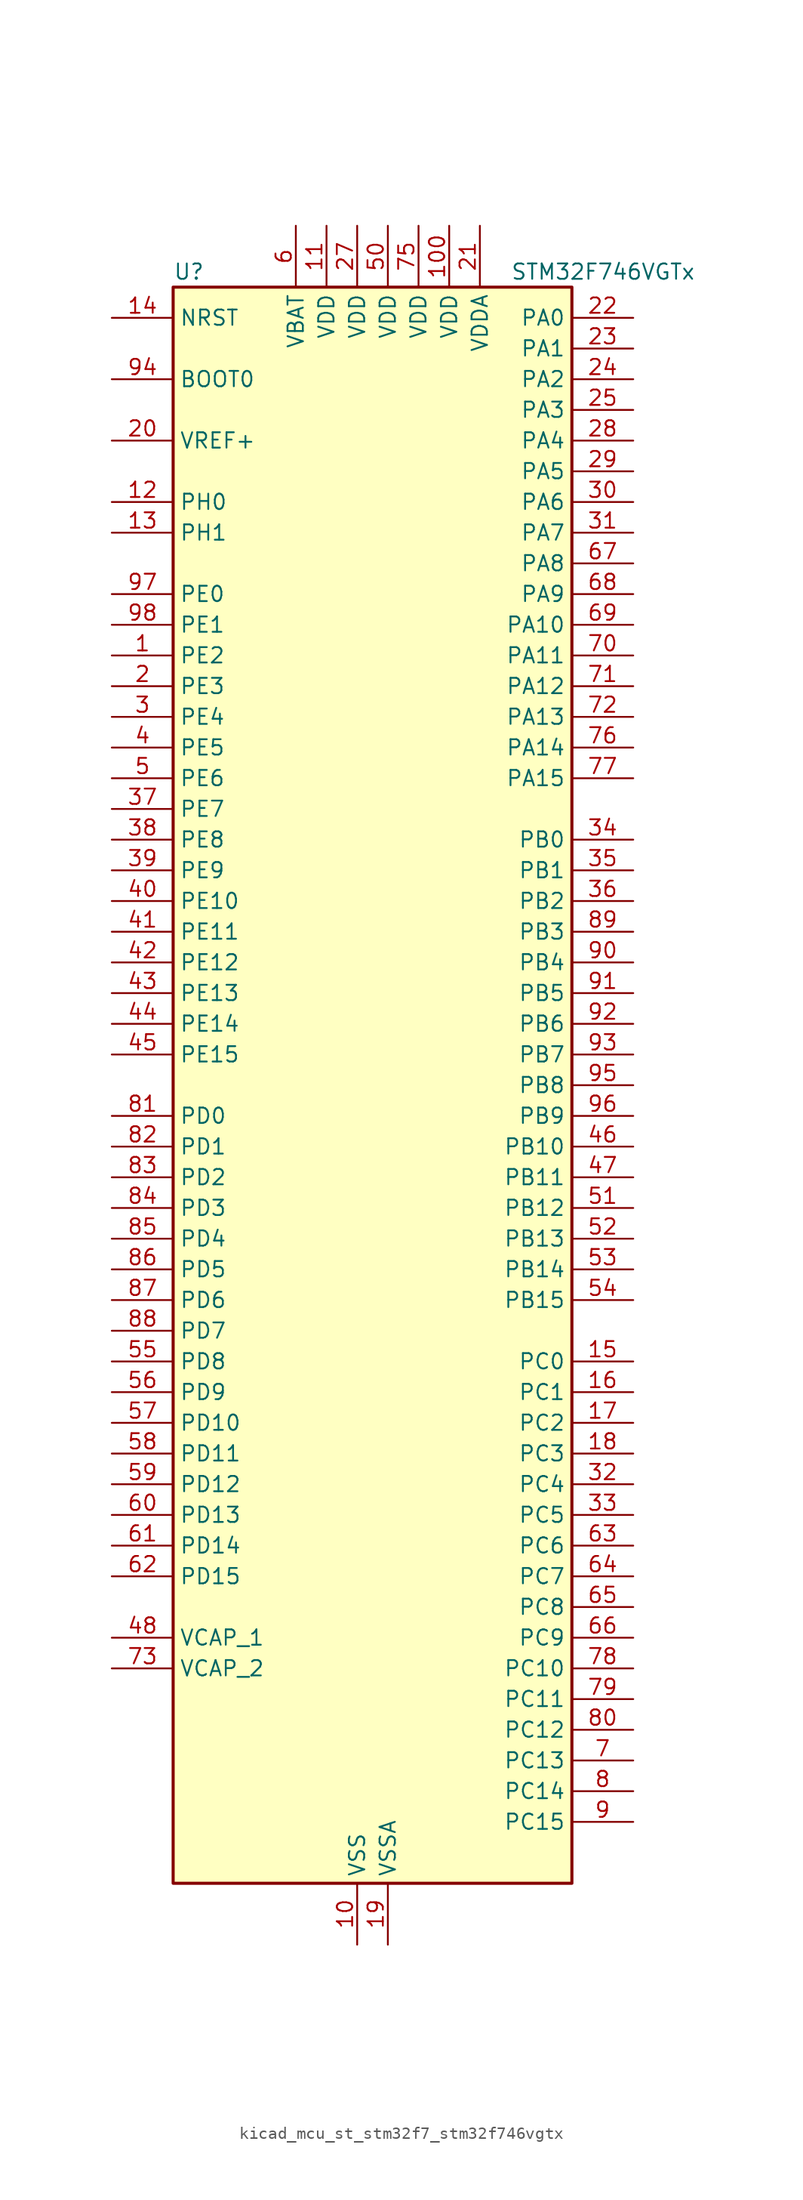
<source format=kicad_sym>
(kicad_symbol_lib
  (version 20220914)
  (generator kicad_symbol_editor)
  (symbol "kicad_mcu_st_stm32f7_stm32f746vgtx"
    (property "Reference" "U"
      (at -15.24 67.31 0)
      (effects (font (size 1.27 1.27)) (justify left)))
    (property "Value" "STM32F746VGTx"
      (at 12.7 67.31 0)
      (effects (font (size 1.27 1.27)) (justify left)))
    (property "ki_locked" ""
      (at 0 0 0)
      (effects (font (size 1.27 1.27))))
    (symbol "kicad_mcu_st_stm32f7_stm32f746vgtx_0_1"
      (rectangle (start -15.24 -66.04) (end 17.78 66.04) (stroke (width 0.254) (type default)) (fill (type background))))
    (symbol "kicad_mcu_st_stm32f7_stm32f746vgtx_1_1"
      (pin bidirectional line (at -20.32 35.56 0) (length 5.08) (name "PE2" (effects (font (size 1.27 1.27)))) (number "1" (effects (font (size 1.27 1.27)))) (alternate "ETH_TXD3" bidirectional line) (alternate "FMC_A23" bidirectional line) (alternate "QUADSPI_BK1_IO2" bidirectional line) (alternate "SAI1_MCLK_A" bidirectional line) (alternate "SPI4_SCK" bidirectional line) (alternate "SYS_TRACECLK" bidirectional line))
      (pin power_in line (at 0 -71.12 90) (length 5.08) (name "VSS" (effects (font (size 1.27 1.27)))) (number "10" (effects (font (size 1.27 1.27)))))
      (pin power_in line (at 7.62 71.12 270) (length 5.08) (name "VDD" (effects (font (size 1.27 1.27)))) (number "100" (effects (font (size 1.27 1.27)))))
      (pin power_in line (at -2.54 71.12 270) (length 5.08) (name "VDD" (effects (font (size 1.27 1.27)))) (number "11" (effects (font (size 1.27 1.27)))))
      (pin bidirectional line (at -20.32 48.26 0) (length 5.08) (name "PH0" (effects (font (size 1.27 1.27)))) (number "12" (effects (font (size 1.27 1.27)))) (alternate "RCC_OSC_IN" bidirectional line))
      (pin bidirectional line (at -20.32 45.72 0) (length 5.08) (name "PH1" (effects (font (size 1.27 1.27)))) (number "13" (effects (font (size 1.27 1.27)))) (alternate "RCC_OSC_OUT" bidirectional line))
      (pin input line (at -20.32 63.5 0) (length 5.08) (name "NRST" (effects (font (size 1.27 1.27)))) (number "14" (effects (font (size 1.27 1.27)))))
      (pin bidirectional line (at 22.86 -22.86 180) (length 5.08) (name "PC0" (effects (font (size 1.27 1.27)))) (number "15" (effects (font (size 1.27 1.27)))) (alternate "ADC1_IN10" bidirectional line) (alternate "ADC2_IN10" bidirectional line) (alternate "ADC3_IN10" bidirectional line) (alternate "FMC_SDNWE" bidirectional line) (alternate "LTDC_R5" bidirectional line) (alternate "SAI2_FS_B" bidirectional line) (alternate "USB_OTG_HS_ULPI_STP" bidirectional line))
      (pin bidirectional line (at 22.86 -25.4 180) (length 5.08) (name "PC1" (effects (font (size 1.27 1.27)))) (number "16" (effects (font (size 1.27 1.27)))) (alternate "ADC1_IN11" bidirectional line) (alternate "ADC2_IN11" bidirectional line) (alternate "ADC3_IN11" bidirectional line) (alternate "ETH_MDC" bidirectional line) (alternate "I2S2_SD" bidirectional line) (alternate "RTC_TAMP3" bidirectional line) (alternate "RTC_TS" bidirectional line) (alternate "SAI1_SD_A" bidirectional line) (alternate "SPI2_MOSI" bidirectional line) (alternate "SYS_TRACED0" bidirectional line) (alternate "SYS_WKUP3" bidirectional line))
      (pin bidirectional line (at 22.86 -27.94 180) (length 5.08) (name "PC2" (effects (font (size 1.27 1.27)))) (number "17" (effects (font (size 1.27 1.27)))) (alternate "ADC1_IN12" bidirectional line) (alternate "ADC2_IN12" bidirectional line) (alternate "ADC3_IN12" bidirectional line) (alternate "ETH_TXD2" bidirectional line) (alternate "FMC_SDNE0" bidirectional line) (alternate "SPI2_MISO" bidirectional line) (alternate "USB_OTG_HS_ULPI_DIR" bidirectional line))
      (pin bidirectional line (at 22.86 -30.48 180) (length 5.08) (name "PC3" (effects (font (size 1.27 1.27)))) (number "18" (effects (font (size 1.27 1.27)))) (alternate "ADC1_IN13" bidirectional line) (alternate "ADC2_IN13" bidirectional line) (alternate "ADC3_IN13" bidirectional line) (alternate "ETH_TX_CLK" bidirectional line) (alternate "FMC_SDCKE0" bidirectional line) (alternate "I2S2_SD" bidirectional line) (alternate "SPI2_MOSI" bidirectional line) (alternate "USB_OTG_HS_ULPI_NXT" bidirectional line))
      (pin power_in line (at 2.54 -71.12 90) (length 5.08) (name "VSSA" (effects (font (size 1.27 1.27)))) (number "19" (effects (font (size 1.27 1.27)))))
      (pin bidirectional line (at -20.32 33.02 0) (length 5.08) (name "PE3" (effects (font (size 1.27 1.27)))) (number "2" (effects (font (size 1.27 1.27)))) (alternate "FMC_A19" bidirectional line) (alternate "SAI1_SD_B" bidirectional line) (alternate "SYS_TRACED0" bidirectional line))
      (pin input line (at -20.32 53.34 0) (length 5.08) (name "VREF+" (effects (font (size 1.27 1.27)))) (number "20" (effects (font (size 1.27 1.27)))))
      (pin power_in line (at 10.16 71.12 270) (length 5.08) (name "VDDA" (effects (font (size 1.27 1.27)))) (number "21" (effects (font (size 1.27 1.27)))))
      (pin bidirectional line (at 22.86 63.5 180) (length 5.08) (name "PA0" (effects (font (size 1.27 1.27)))) (number "22" (effects (font (size 1.27 1.27)))) (alternate "ADC1_IN0" bidirectional line) (alternate "ADC2_IN0" bidirectional line) (alternate "ADC3_IN0" bidirectional line) (alternate "ETH_CRS" bidirectional line) (alternate "SAI2_SD_B" bidirectional line) (alternate "SYS_WKUP1" bidirectional line) (alternate "TIM2_CH1" bidirectional line) (alternate "TIM2_ETR" bidirectional line) (alternate "TIM5_CH1" bidirectional line) (alternate "TIM8_ETR" bidirectional line) (alternate "UART4_TX" bidirectional line) (alternate "USART2_CTS" bidirectional line))
      (pin bidirectional line (at 22.86 60.96 180) (length 5.08) (name "PA1" (effects (font (size 1.27 1.27)))) (number "23" (effects (font (size 1.27 1.27)))) (alternate "ADC1_IN1" bidirectional line) (alternate "ADC2_IN1" bidirectional line) (alternate "ADC3_IN1" bidirectional line) (alternate "ETH_REF_CLK" bidirectional line) (alternate "ETH_RX_CLK" bidirectional line) (alternate "LTDC_R2" bidirectional line) (alternate "QUADSPI_BK1_IO3" bidirectional line) (alternate "SAI2_MCLK_B" bidirectional line) (alternate "TIM2_CH2" bidirectional line) (alternate "TIM5_CH2" bidirectional line) (alternate "UART4_RX" bidirectional line) (alternate "USART2_DE" bidirectional line) (alternate "USART2_RTS" bidirectional line))
      (pin bidirectional line (at 22.86 58.42 180) (length 5.08) (name "PA2" (effects (font (size 1.27 1.27)))) (number "24" (effects (font (size 1.27 1.27)))) (alternate "ADC1_IN2" bidirectional line) (alternate "ADC2_IN2" bidirectional line) (alternate "ADC3_IN2" bidirectional line) (alternate "ETH_MDIO" bidirectional line) (alternate "LTDC_R1" bidirectional line) (alternate "SAI2_SCK_B" bidirectional line) (alternate "SYS_WKUP2" bidirectional line) (alternate "TIM2_CH3" bidirectional line) (alternate "TIM5_CH3" bidirectional line) (alternate "TIM9_CH1" bidirectional line) (alternate "USART2_TX" bidirectional line))
      (pin bidirectional line (at 22.86 55.88 180) (length 5.08) (name "PA3" (effects (font (size 1.27 1.27)))) (number "25" (effects (font (size 1.27 1.27)))) (alternate "ADC1_IN3" bidirectional line) (alternate "ADC2_IN3" bidirectional line) (alternate "ADC3_IN3" bidirectional line) (alternate "ETH_COL" bidirectional line) (alternate "LTDC_B5" bidirectional line) (alternate "TIM2_CH4" bidirectional line) (alternate "TIM5_CH4" bidirectional line) (alternate "TIM9_CH2" bidirectional line) (alternate "USART2_RX" bidirectional line) (alternate "USB_OTG_HS_ULPI_D0" bidirectional line))
      (pin passive line (at 0 -71.12 90) (length 5.08) hide (name "VSS" (effects (font (size 1.27 1.27)))) (number "26" (effects (font (size 1.27 1.27)))))
      (pin power_in line (at 0 71.12 270) (length 5.08) (name "VDD" (effects (font (size 1.27 1.27)))) (number "27" (effects (font (size 1.27 1.27)))))
      (pin bidirectional line (at 22.86 53.34 180) (length 5.08) (name "PA4" (effects (font (size 1.27 1.27)))) (number "28" (effects (font (size 1.27 1.27)))) (alternate "ADC1_IN4" bidirectional line) (alternate "ADC2_IN4" bidirectional line) (alternate "DAC_OUT1" bidirectional line) (alternate "DCMI_HSYNC" bidirectional line) (alternate "I2S1_WS" bidirectional line) (alternate "I2S3_WS" bidirectional line) (alternate "LTDC_VSYNC" bidirectional line) (alternate "SPI1_NSS" bidirectional line) (alternate "SPI3_NSS" bidirectional line) (alternate "USART2_CK" bidirectional line) (alternate "USB_OTG_HS_SOF" bidirectional line))
      (pin bidirectional line (at 22.86 50.8 180) (length 5.08) (name "PA5" (effects (font (size 1.27 1.27)))) (number "29" (effects (font (size 1.27 1.27)))) (alternate "ADC1_IN5" bidirectional line) (alternate "ADC2_IN5" bidirectional line) (alternate "DAC_OUT2" bidirectional line) (alternate "I2S1_CK" bidirectional line) (alternate "LTDC_R4" bidirectional line) (alternate "SPI1_SCK" bidirectional line) (alternate "TIM2_CH1" bidirectional line) (alternate "TIM2_ETR" bidirectional line) (alternate "TIM8_CH1N" bidirectional line) (alternate "USB_OTG_HS_ULPI_CK" bidirectional line))
      (pin bidirectional line (at -20.32 30.48 0) (length 5.08) (name "PE4" (effects (font (size 1.27 1.27)))) (number "3" (effects (font (size 1.27 1.27)))) (alternate "DCMI_D4" bidirectional line) (alternate "FMC_A20" bidirectional line) (alternate "LTDC_B0" bidirectional line) (alternate "SAI1_FS_A" bidirectional line) (alternate "SPI4_NSS" bidirectional line) (alternate "SYS_TRACED1" bidirectional line))
      (pin bidirectional line (at 22.86 48.26 180) (length 5.08) (name "PA6" (effects (font (size 1.27 1.27)))) (number "30" (effects (font (size 1.27 1.27)))) (alternate "ADC1_IN6" bidirectional line) (alternate "ADC2_IN6" bidirectional line) (alternate "DCMI_PIXCLK" bidirectional line) (alternate "LTDC_G2" bidirectional line) (alternate "SPI1_MISO" bidirectional line) (alternate "TIM13_CH1" bidirectional line) (alternate "TIM1_BKIN" bidirectional line) (alternate "TIM3_CH1" bidirectional line) (alternate "TIM8_BKIN" bidirectional line))
      (pin bidirectional line (at 22.86 45.72 180) (length 5.08) (name "PA7" (effects (font (size 1.27 1.27)))) (number "31" (effects (font (size 1.27 1.27)))) (alternate "ADC1_IN7" bidirectional line) (alternate "ADC2_IN7" bidirectional line) (alternate "ETH_CRS_DV" bidirectional line) (alternate "ETH_RX_DV" bidirectional line) (alternate "FMC_SDNWE" bidirectional line) (alternate "I2S1_SD" bidirectional line) (alternate "SPI1_MOSI" bidirectional line) (alternate "TIM14_CH1" bidirectional line) (alternate "TIM1_CH1N" bidirectional line) (alternate "TIM3_CH2" bidirectional line) (alternate "TIM8_CH1N" bidirectional line))
      (pin bidirectional line (at 22.86 -33.02 180) (length 5.08) (name "PC4" (effects (font (size 1.27 1.27)))) (number "32" (effects (font (size 1.27 1.27)))) (alternate "ADC1_IN14" bidirectional line) (alternate "ADC2_IN14" bidirectional line) (alternate "ETH_RXD0" bidirectional line) (alternate "FMC_SDNE0" bidirectional line) (alternate "I2S1_MCK" bidirectional line) (alternate "SPDIFRX_IN2" bidirectional line))
      (pin bidirectional line (at 22.86 -35.56 180) (length 5.08) (name "PC5" (effects (font (size 1.27 1.27)))) (number "33" (effects (font (size 1.27 1.27)))) (alternate "ADC1_IN15" bidirectional line) (alternate "ADC2_IN15" bidirectional line) (alternate "ETH_RXD1" bidirectional line) (alternate "FMC_SDCKE0" bidirectional line) (alternate "SPDIFRX_IN3" bidirectional line))
      (pin bidirectional line (at 22.86 20.32 180) (length 5.08) (name "PB0" (effects (font (size 1.27 1.27)))) (number "34" (effects (font (size 1.27 1.27)))) (alternate "ADC1_IN8" bidirectional line) (alternate "ADC2_IN8" bidirectional line) (alternate "ETH_RXD2" bidirectional line) (alternate "LTDC_R3" bidirectional line) (alternate "TIM1_CH2N" bidirectional line) (alternate "TIM3_CH3" bidirectional line) (alternate "TIM8_CH2N" bidirectional line) (alternate "UART4_CTS" bidirectional line) (alternate "USB_OTG_HS_ULPI_D1" bidirectional line))
      (pin bidirectional line (at 22.86 17.78 180) (length 5.08) (name "PB1" (effects (font (size 1.27 1.27)))) (number "35" (effects (font (size 1.27 1.27)))) (alternate "ADC1_IN9" bidirectional line) (alternate "ADC2_IN9" bidirectional line) (alternate "ETH_RXD3" bidirectional line) (alternate "LTDC_R6" bidirectional line) (alternate "TIM1_CH3N" bidirectional line) (alternate "TIM3_CH4" bidirectional line) (alternate "TIM8_CH3N" bidirectional line) (alternate "USB_OTG_HS_ULPI_D2" bidirectional line))
      (pin bidirectional line (at 22.86 15.24 180) (length 5.08) (name "PB2" (effects (font (size 1.27 1.27)))) (number "36" (effects (font (size 1.27 1.27)))) (alternate "I2S3_SD" bidirectional line) (alternate "QUADSPI_CLK" bidirectional line) (alternate "SAI1_SD_A" bidirectional line) (alternate "SPI3_MOSI" bidirectional line))
      (pin bidirectional line (at -20.32 22.86 0) (length 5.08) (name "PE7" (effects (font (size 1.27 1.27)))) (number "37" (effects (font (size 1.27 1.27)))) (alternate "FMC_D4" bidirectional line) (alternate "FMC_DA4" bidirectional line) (alternate "QUADSPI_BK2_IO0" bidirectional line) (alternate "TIM1_ETR" bidirectional line) (alternate "UART7_RX" bidirectional line))
      (pin bidirectional line (at -20.32 20.32 0) (length 5.08) (name "PE8" (effects (font (size 1.27 1.27)))) (number "38" (effects (font (size 1.27 1.27)))) (alternate "FMC_D5" bidirectional line) (alternate "FMC_DA5" bidirectional line) (alternate "QUADSPI_BK2_IO1" bidirectional line) (alternate "TIM1_CH1N" bidirectional line) (alternate "UART7_TX" bidirectional line))
      (pin bidirectional line (at -20.32 17.78 0) (length 5.08) (name "PE9" (effects (font (size 1.27 1.27)))) (number "39" (effects (font (size 1.27 1.27)))) (alternate "DAC_EXTI9" bidirectional line) (alternate "FMC_D6" bidirectional line) (alternate "FMC_DA6" bidirectional line) (alternate "QUADSPI_BK2_IO2" bidirectional line) (alternate "TIM1_CH1" bidirectional line) (alternate "UART7_DE" bidirectional line) (alternate "UART7_RTS" bidirectional line))
      (pin bidirectional line (at -20.32 27.94 0) (length 5.08) (name "PE5" (effects (font (size 1.27 1.27)))) (number "4" (effects (font (size 1.27 1.27)))) (alternate "DCMI_D6" bidirectional line) (alternate "FMC_A21" bidirectional line) (alternate "LTDC_G0" bidirectional line) (alternate "SAI1_SCK_A" bidirectional line) (alternate "SPI4_MISO" bidirectional line) (alternate "SYS_TRACED2" bidirectional line) (alternate "TIM9_CH1" bidirectional line))
      (pin bidirectional line (at -20.32 15.24 0) (length 5.08) (name "PE10" (effects (font (size 1.27 1.27)))) (number "40" (effects (font (size 1.27 1.27)))) (alternate "FMC_D7" bidirectional line) (alternate "FMC_DA7" bidirectional line) (alternate "QUADSPI_BK2_IO3" bidirectional line) (alternate "TIM1_CH2N" bidirectional line) (alternate "UART7_CTS" bidirectional line))
      (pin bidirectional line (at -20.32 12.7 0) (length 5.08) (name "PE11" (effects (font (size 1.27 1.27)))) (number "41" (effects (font (size 1.27 1.27)))) (alternate "ADC1_EXTI11" bidirectional line) (alternate "ADC2_EXTI11" bidirectional line) (alternate "ADC3_EXTI11" bidirectional line) (alternate "FMC_D8" bidirectional line) (alternate "FMC_DA8" bidirectional line) (alternate "LTDC_G3" bidirectional line) (alternate "SAI2_SD_B" bidirectional line) (alternate "SPI4_NSS" bidirectional line) (alternate "TIM1_CH2" bidirectional line))
      (pin bidirectional line (at -20.32 10.16 0) (length 5.08) (name "PE12" (effects (font (size 1.27 1.27)))) (number "42" (effects (font (size 1.27 1.27)))) (alternate "FMC_D9" bidirectional line) (alternate "FMC_DA9" bidirectional line) (alternate "LTDC_B4" bidirectional line) (alternate "SAI2_SCK_B" bidirectional line) (alternate "SPI4_SCK" bidirectional line) (alternate "TIM1_CH3N" bidirectional line))
      (pin bidirectional line (at -20.32 7.62 0) (length 5.08) (name "PE13" (effects (font (size 1.27 1.27)))) (number "43" (effects (font (size 1.27 1.27)))) (alternate "FMC_D10" bidirectional line) (alternate "FMC_DA10" bidirectional line) (alternate "LTDC_DE" bidirectional line) (alternate "SAI2_FS_B" bidirectional line) (alternate "SPI4_MISO" bidirectional line) (alternate "TIM1_CH3" bidirectional line))
      (pin bidirectional line (at -20.32 5.08 0) (length 5.08) (name "PE14" (effects (font (size 1.27 1.27)))) (number "44" (effects (font (size 1.27 1.27)))) (alternate "FMC_D11" bidirectional line) (alternate "FMC_DA11" bidirectional line) (alternate "LTDC_CLK" bidirectional line) (alternate "SAI2_MCLK_B" bidirectional line) (alternate "SPI4_MOSI" bidirectional line) (alternate "TIM1_CH4" bidirectional line))
      (pin bidirectional line (at -20.32 2.54 0) (length 5.08) (name "PE15" (effects (font (size 1.27 1.27)))) (number "45" (effects (font (size 1.27 1.27)))) (alternate "FMC_D12" bidirectional line) (alternate "FMC_DA12" bidirectional line) (alternate "LTDC_R7" bidirectional line) (alternate "TIM1_BKIN" bidirectional line))
      (pin bidirectional line (at 22.86 -5.08 180) (length 5.08) (name "PB10" (effects (font (size 1.27 1.27)))) (number "46" (effects (font (size 1.27 1.27)))) (alternate "ETH_RX_ER" bidirectional line) (alternate "I2C2_SCL" bidirectional line) (alternate "I2S2_CK" bidirectional line) (alternate "LTDC_G4" bidirectional line) (alternate "SPI2_SCK" bidirectional line) (alternate "TIM2_CH3" bidirectional line) (alternate "USART3_TX" bidirectional line) (alternate "USB_OTG_HS_ULPI_D3" bidirectional line))
      (pin bidirectional line (at 22.86 -7.62 180) (length 5.08) (name "PB11" (effects (font (size 1.27 1.27)))) (number "47" (effects (font (size 1.27 1.27)))) (alternate "ADC1_EXTI11" bidirectional line) (alternate "ADC2_EXTI11" bidirectional line) (alternate "ADC3_EXTI11" bidirectional line) (alternate "ETH_TX_EN" bidirectional line) (alternate "I2C2_SDA" bidirectional line) (alternate "LTDC_G5" bidirectional line) (alternate "TIM2_CH4" bidirectional line) (alternate "USART3_RX" bidirectional line) (alternate "USB_OTG_HS_ULPI_D4" bidirectional line))
      (pin power_out line (at -20.32 -45.72 0) (length 5.08) (name "VCAP_1" (effects (font (size 1.27 1.27)))) (number "48" (effects (font (size 1.27 1.27)))))
      (pin passive line (at 0 -71.12 90) (length 5.08) hide (name "VSS" (effects (font (size 1.27 1.27)))) (number "49" (effects (font (size 1.27 1.27)))))
      (pin bidirectional line (at -20.32 25.4 0) (length 5.08) (name "PE6" (effects (font (size 1.27 1.27)))) (number "5" (effects (font (size 1.27 1.27)))) (alternate "DCMI_D7" bidirectional line) (alternate "FMC_A22" bidirectional line) (alternate "LTDC_G1" bidirectional line) (alternate "SAI1_SD_A" bidirectional line) (alternate "SAI2_MCLK_B" bidirectional line) (alternate "SPI4_MOSI" bidirectional line) (alternate "SYS_TRACED3" bidirectional line) (alternate "TIM1_BKIN2" bidirectional line) (alternate "TIM9_CH2" bidirectional line))
      (pin power_in line (at 2.54 71.12 270) (length 5.08) (name "VDD" (effects (font (size 1.27 1.27)))) (number "50" (effects (font (size 1.27 1.27)))))
      (pin bidirectional line (at 22.86 -10.16 180) (length 5.08) (name "PB12" (effects (font (size 1.27 1.27)))) (number "51" (effects (font (size 1.27 1.27)))) (alternate "CAN2_RX" bidirectional line) (alternate "ETH_TXD0" bidirectional line) (alternate "I2C2_SMBA" bidirectional line) (alternate "I2S2_WS" bidirectional line) (alternate "SPI2_NSS" bidirectional line) (alternate "TIM1_BKIN" bidirectional line) (alternate "USART3_CK" bidirectional line) (alternate "USB_OTG_HS_ID" bidirectional line) (alternate "USB_OTG_HS_ULPI_D5" bidirectional line))
      (pin bidirectional line (at 22.86 -12.7 180) (length 5.08) (name "PB13" (effects (font (size 1.27 1.27)))) (number "52" (effects (font (size 1.27 1.27)))) (alternate "CAN2_TX" bidirectional line) (alternate "ETH_TXD1" bidirectional line) (alternate "I2S2_CK" bidirectional line) (alternate "SPI2_SCK" bidirectional line) (alternate "TIM1_CH1N" bidirectional line) (alternate "USART3_CTS" bidirectional line) (alternate "USB_OTG_HS_ULPI_D6" bidirectional line) (alternate "USB_OTG_HS_VBUS" bidirectional line))
      (pin bidirectional line (at 22.86 -15.24 180) (length 5.08) (name "PB14" (effects (font (size 1.27 1.27)))) (number "53" (effects (font (size 1.27 1.27)))) (alternate "SPI2_MISO" bidirectional line) (alternate "TIM12_CH1" bidirectional line) (alternate "TIM1_CH2N" bidirectional line) (alternate "TIM8_CH2N" bidirectional line) (alternate "USART3_DE" bidirectional line) (alternate "USART3_RTS" bidirectional line) (alternate "USB_OTG_HS_DM" bidirectional line))
      (pin bidirectional line (at 22.86 -17.78 180) (length 5.08) (name "PB15" (effects (font (size 1.27 1.27)))) (number "54" (effects (font (size 1.27 1.27)))) (alternate "I2S2_SD" bidirectional line) (alternate "RTC_REFIN" bidirectional line) (alternate "SPI2_MOSI" bidirectional line) (alternate "TIM12_CH2" bidirectional line) (alternate "TIM1_CH3N" bidirectional line) (alternate "TIM8_CH3N" bidirectional line) (alternate "USB_OTG_HS_DP" bidirectional line))
      (pin bidirectional line (at -20.32 -22.86 0) (length 5.08) (name "PD8" (effects (font (size 1.27 1.27)))) (number "55" (effects (font (size 1.27 1.27)))) (alternate "FMC_D13" bidirectional line) (alternate "FMC_DA13" bidirectional line) (alternate "SPDIFRX_IN1" bidirectional line) (alternate "USART3_TX" bidirectional line))
      (pin bidirectional line (at -20.32 -25.4 0) (length 5.08) (name "PD9" (effects (font (size 1.27 1.27)))) (number "56" (effects (font (size 1.27 1.27)))) (alternate "DAC_EXTI9" bidirectional line) (alternate "FMC_D14" bidirectional line) (alternate "FMC_DA14" bidirectional line) (alternate "USART3_RX" bidirectional line))
      (pin bidirectional line (at -20.32 -27.94 0) (length 5.08) (name "PD10" (effects (font (size 1.27 1.27)))) (number "57" (effects (font (size 1.27 1.27)))) (alternate "FMC_D15" bidirectional line) (alternate "FMC_DA15" bidirectional line) (alternate "LTDC_B3" bidirectional line) (alternate "USART3_CK" bidirectional line))
      (pin bidirectional line (at -20.32 -30.48 0) (length 5.08) (name "PD11" (effects (font (size 1.27 1.27)))) (number "58" (effects (font (size 1.27 1.27)))) (alternate "ADC1_EXTI11" bidirectional line) (alternate "ADC2_EXTI11" bidirectional line) (alternate "ADC3_EXTI11" bidirectional line) (alternate "FMC_A16" bidirectional line) (alternate "FMC_CLE" bidirectional line) (alternate "I2C4_SMBA" bidirectional line) (alternate "QUADSPI_BK1_IO0" bidirectional line) (alternate "SAI2_SD_A" bidirectional line) (alternate "USART3_CTS" bidirectional line))
      (pin bidirectional line (at -20.32 -33.02 0) (length 5.08) (name "PD12" (effects (font (size 1.27 1.27)))) (number "59" (effects (font (size 1.27 1.27)))) (alternate "FMC_A17" bidirectional line) (alternate "FMC_ALE" bidirectional line) (alternate "I2C4_SCL" bidirectional line) (alternate "LPTIM1_IN1" bidirectional line) (alternate "QUADSPI_BK1_IO1" bidirectional line) (alternate "SAI2_FS_A" bidirectional line) (alternate "TIM4_CH1" bidirectional line) (alternate "USART3_DE" bidirectional line) (alternate "USART3_RTS" bidirectional line))
      (pin power_in line (at -5.08 71.12 270) (length 5.08) (name "VBAT" (effects (font (size 1.27 1.27)))) (number "6" (effects (font (size 1.27 1.27)))))
      (pin bidirectional line (at -20.32 -35.56 0) (length 5.08) (name "PD13" (effects (font (size 1.27 1.27)))) (number "60" (effects (font (size 1.27 1.27)))) (alternate "FMC_A18" bidirectional line) (alternate "I2C4_SDA" bidirectional line) (alternate "LPTIM1_OUT" bidirectional line) (alternate "QUADSPI_BK1_IO3" bidirectional line) (alternate "SAI2_SCK_A" bidirectional line) (alternate "TIM4_CH2" bidirectional line))
      (pin bidirectional line (at -20.32 -38.1 0) (length 5.08) (name "PD14" (effects (font (size 1.27 1.27)))) (number "61" (effects (font (size 1.27 1.27)))) (alternate "FMC_D0" bidirectional line) (alternate "FMC_DA0" bidirectional line) (alternate "TIM4_CH3" bidirectional line) (alternate "UART8_CTS" bidirectional line))
      (pin bidirectional line (at -20.32 -40.64 0) (length 5.08) (name "PD15" (effects (font (size 1.27 1.27)))) (number "62" (effects (font (size 1.27 1.27)))) (alternate "FMC_D1" bidirectional line) (alternate "FMC_DA1" bidirectional line) (alternate "TIM4_CH4" bidirectional line) (alternate "UART8_DE" bidirectional line) (alternate "UART8_RTS" bidirectional line))
      (pin bidirectional line (at 22.86 -38.1 180) (length 5.08) (name "PC6" (effects (font (size 1.27 1.27)))) (number "63" (effects (font (size 1.27 1.27)))) (alternate "DCMI_D0" bidirectional line) (alternate "I2S2_MCK" bidirectional line) (alternate "LTDC_HSYNC" bidirectional line) (alternate "SDMMC1_D6" bidirectional line) (alternate "TIM3_CH1" bidirectional line) (alternate "TIM8_CH1" bidirectional line) (alternate "USART6_TX" bidirectional line))
      (pin bidirectional line (at 22.86 -40.64 180) (length 5.08) (name "PC7" (effects (font (size 1.27 1.27)))) (number "64" (effects (font (size 1.27 1.27)))) (alternate "DCMI_D1" bidirectional line) (alternate "I2S3_MCK" bidirectional line) (alternate "LTDC_G6" bidirectional line) (alternate "SDMMC1_D7" bidirectional line) (alternate "TIM3_CH2" bidirectional line) (alternate "TIM8_CH2" bidirectional line) (alternate "USART6_RX" bidirectional line))
      (pin bidirectional line (at 22.86 -43.18 180) (length 5.08) (name "PC8" (effects (font (size 1.27 1.27)))) (number "65" (effects (font (size 1.27 1.27)))) (alternate "DCMI_D2" bidirectional line) (alternate "SDMMC1_D0" bidirectional line) (alternate "SYS_TRACED1" bidirectional line) (alternate "TIM3_CH3" bidirectional line) (alternate "TIM8_CH3" bidirectional line) (alternate "UART5_DE" bidirectional line) (alternate "UART5_RTS" bidirectional line) (alternate "USART6_CK" bidirectional line))
      (pin bidirectional line (at 22.86 -45.72 180) (length 5.08) (name "PC9" (effects (font (size 1.27 1.27)))) (number "66" (effects (font (size 1.27 1.27)))) (alternate "DAC_EXTI9" bidirectional line) (alternate "DCMI_D3" bidirectional line) (alternate "I2C3_SDA" bidirectional line) (alternate "I2S_CKIN" bidirectional line) (alternate "QUADSPI_BK1_IO0" bidirectional line) (alternate "RCC_MCO_2" bidirectional line) (alternate "SDMMC1_D1" bidirectional line) (alternate "TIM3_CH4" bidirectional line) (alternate "TIM8_CH4" bidirectional line) (alternate "UART5_CTS" bidirectional line))
      (pin bidirectional line (at 22.86 43.18 180) (length 5.08) (name "PA8" (effects (font (size 1.27 1.27)))) (number "67" (effects (font (size 1.27 1.27)))) (alternate "I2C3_SCL" bidirectional line) (alternate "LTDC_R6" bidirectional line) (alternate "RCC_MCO_1" bidirectional line) (alternate "TIM1_CH1" bidirectional line) (alternate "TIM8_BKIN2" bidirectional line) (alternate "USART1_CK" bidirectional line) (alternate "USB_OTG_FS_SOF" bidirectional line))
      (pin bidirectional line (at 22.86 40.64 180) (length 5.08) (name "PA9" (effects (font (size 1.27 1.27)))) (number "68" (effects (font (size 1.27 1.27)))) (alternate "DAC_EXTI9" bidirectional line) (alternate "DCMI_D0" bidirectional line) (alternate "I2C3_SMBA" bidirectional line) (alternate "I2S2_CK" bidirectional line) (alternate "SPI2_SCK" bidirectional line) (alternate "TIM1_CH2" bidirectional line) (alternate "USART1_TX" bidirectional line) (alternate "USB_OTG_FS_VBUS" bidirectional line))
      (pin bidirectional line (at 22.86 38.1 180) (length 5.08) (name "PA10" (effects (font (size 1.27 1.27)))) (number "69" (effects (font (size 1.27 1.27)))) (alternate "DCMI_D1" bidirectional line) (alternate "TIM1_CH3" bidirectional line) (alternate "USART1_RX" bidirectional line) (alternate "USB_OTG_FS_ID" bidirectional line))
      (pin bidirectional line (at 22.86 -55.88 180) (length 5.08) (name "PC13" (effects (font (size 1.27 1.27)))) (number "7" (effects (font (size 1.27 1.27)))) (alternate "RTC_OUT" bidirectional line) (alternate "RTC_TAMP1" bidirectional line) (alternate "RTC_TS" bidirectional line) (alternate "SYS_WKUP4" bidirectional line))
      (pin bidirectional line (at 22.86 35.56 180) (length 5.08) (name "PA11" (effects (font (size 1.27 1.27)))) (number "70" (effects (font (size 1.27 1.27)))) (alternate "ADC1_EXTI11" bidirectional line) (alternate "ADC2_EXTI11" bidirectional line) (alternate "ADC3_EXTI11" bidirectional line) (alternate "CAN1_RX" bidirectional line) (alternate "LTDC_R4" bidirectional line) (alternate "TIM1_CH4" bidirectional line) (alternate "USART1_CTS" bidirectional line) (alternate "USB_OTG_FS_DM" bidirectional line))
      (pin bidirectional line (at 22.86 33.02 180) (length 5.08) (name "PA12" (effects (font (size 1.27 1.27)))) (number "71" (effects (font (size 1.27 1.27)))) (alternate "CAN1_TX" bidirectional line) (alternate "LTDC_R5" bidirectional line) (alternate "SAI2_FS_B" bidirectional line) (alternate "TIM1_ETR" bidirectional line) (alternate "USART1_DE" bidirectional line) (alternate "USART1_RTS" bidirectional line) (alternate "USB_OTG_FS_DP" bidirectional line))
      (pin bidirectional line (at 22.86 30.48 180) (length 5.08) (name "PA13" (effects (font (size 1.27 1.27)))) (number "72" (effects (font (size 1.27 1.27)))) (alternate "SYS_JTMS-SWDIO" bidirectional line))
      (pin power_out line (at -20.32 -48.26 0) (length 5.08) (name "VCAP_2" (effects (font (size 1.27 1.27)))) (number "73" (effects (font (size 1.27 1.27)))))
      (pin passive line (at 0 -71.12 90) (length 5.08) hide (name "VSS" (effects (font (size 1.27 1.27)))) (number "74" (effects (font (size 1.27 1.27)))))
      (pin power_in line (at 5.08 71.12 270) (length 5.08) (name "VDD" (effects (font (size 1.27 1.27)))) (number "75" (effects (font (size 1.27 1.27)))))
      (pin bidirectional line (at 22.86 27.94 180) (length 5.08) (name "PA14" (effects (font (size 1.27 1.27)))) (number "76" (effects (font (size 1.27 1.27)))) (alternate "SYS_JTCK-SWCLK" bidirectional line))
      (pin bidirectional line (at 22.86 25.4 180) (length 5.08) (name "PA15" (effects (font (size 1.27 1.27)))) (number "77" (effects (font (size 1.27 1.27)))) (alternate "CEC" bidirectional line) (alternate "I2S1_WS" bidirectional line) (alternate "I2S3_WS" bidirectional line) (alternate "SPI1_NSS" bidirectional line) (alternate "SPI3_NSS" bidirectional line) (alternate "SYS_JTDI" bidirectional line) (alternate "TIM2_CH1" bidirectional line) (alternate "TIM2_ETR" bidirectional line) (alternate "UART4_DE" bidirectional line) (alternate "UART4_RTS" bidirectional line))
      (pin bidirectional line (at 22.86 -48.26 180) (length 5.08) (name "PC10" (effects (font (size 1.27 1.27)))) (number "78" (effects (font (size 1.27 1.27)))) (alternate "DCMI_D8" bidirectional line) (alternate "I2S3_CK" bidirectional line) (alternate "LTDC_R2" bidirectional line) (alternate "QUADSPI_BK1_IO1" bidirectional line) (alternate "SDMMC1_D2" bidirectional line) (alternate "SPI3_SCK" bidirectional line) (alternate "UART4_TX" bidirectional line) (alternate "USART3_TX" bidirectional line))
      (pin bidirectional line (at 22.86 -50.8 180) (length 5.08) (name "PC11" (effects (font (size 1.27 1.27)))) (number "79" (effects (font (size 1.27 1.27)))) (alternate "ADC1_EXTI11" bidirectional line) (alternate "ADC2_EXTI11" bidirectional line) (alternate "ADC3_EXTI11" bidirectional line) (alternate "DCMI_D4" bidirectional line) (alternate "QUADSPI_BK2_NCS" bidirectional line) (alternate "SDMMC1_D3" bidirectional line) (alternate "SPI3_MISO" bidirectional line) (alternate "UART4_RX" bidirectional line) (alternate "USART3_RX" bidirectional line))
      (pin bidirectional line (at 22.86 -58.42 180) (length 5.08) (name "PC14" (effects (font (size 1.27 1.27)))) (number "8" (effects (font (size 1.27 1.27)))) (alternate "RCC_OSC32_IN" bidirectional line))
      (pin bidirectional line (at 22.86 -53.34 180) (length 5.08) (name "PC12" (effects (font (size 1.27 1.27)))) (number "80" (effects (font (size 1.27 1.27)))) (alternate "DCMI_D9" bidirectional line) (alternate "I2S3_SD" bidirectional line) (alternate "SDMMC1_CK" bidirectional line) (alternate "SPI3_MOSI" bidirectional line) (alternate "SYS_TRACED3" bidirectional line) (alternate "UART5_TX" bidirectional line) (alternate "USART3_CK" bidirectional line))
      (pin bidirectional line (at -20.32 -2.54 0) (length 5.08) (name "PD0" (effects (font (size 1.27 1.27)))) (number "81" (effects (font (size 1.27 1.27)))) (alternate "CAN1_RX" bidirectional line) (alternate "FMC_D2" bidirectional line) (alternate "FMC_DA2" bidirectional line))
      (pin bidirectional line (at -20.32 -5.08 0) (length 5.08) (name "PD1" (effects (font (size 1.27 1.27)))) (number "82" (effects (font (size 1.27 1.27)))) (alternate "CAN1_TX" bidirectional line) (alternate "FMC_D3" bidirectional line) (alternate "FMC_DA3" bidirectional line))
      (pin bidirectional line (at -20.32 -7.62 0) (length 5.08) (name "PD2" (effects (font (size 1.27 1.27)))) (number "83" (effects (font (size 1.27 1.27)))) (alternate "DCMI_D11" bidirectional line) (alternate "SDMMC1_CMD" bidirectional line) (alternate "SYS_TRACED2" bidirectional line) (alternate "TIM3_ETR" bidirectional line) (alternate "UART5_RX" bidirectional line))
      (pin bidirectional line (at -20.32 -10.16 0) (length 5.08) (name "PD3" (effects (font (size 1.27 1.27)))) (number "84" (effects (font (size 1.27 1.27)))) (alternate "DCMI_D5" bidirectional line) (alternate "FMC_CLK" bidirectional line) (alternate "I2S2_CK" bidirectional line) (alternate "LTDC_G7" bidirectional line) (alternate "SPI2_SCK" bidirectional line) (alternate "USART2_CTS" bidirectional line))
      (pin bidirectional line (at -20.32 -12.7 0) (length 5.08) (name "PD4" (effects (font (size 1.27 1.27)))) (number "85" (effects (font (size 1.27 1.27)))) (alternate "FMC_NOE" bidirectional line) (alternate "USART2_DE" bidirectional line) (alternate "USART2_RTS" bidirectional line))
      (pin bidirectional line (at -20.32 -15.24 0) (length 5.08) (name "PD5" (effects (font (size 1.27 1.27)))) (number "86" (effects (font (size 1.27 1.27)))) (alternate "FMC_NWE" bidirectional line) (alternate "USART2_TX" bidirectional line))
      (pin bidirectional line (at -20.32 -17.78 0) (length 5.08) (name "PD6" (effects (font (size 1.27 1.27)))) (number "87" (effects (font (size 1.27 1.27)))) (alternate "DCMI_D10" bidirectional line) (alternate "FMC_NWAIT" bidirectional line) (alternate "I2S3_SD" bidirectional line) (alternate "LTDC_B2" bidirectional line) (alternate "SAI1_SD_A" bidirectional line) (alternate "SPI3_MOSI" bidirectional line) (alternate "USART2_RX" bidirectional line))
      (pin bidirectional line (at -20.32 -20.32 0) (length 5.08) (name "PD7" (effects (font (size 1.27 1.27)))) (number "88" (effects (font (size 1.27 1.27)))) (alternate "FMC_NE1" bidirectional line) (alternate "SPDIFRX_IN0" bidirectional line) (alternate "USART2_CK" bidirectional line))
      (pin bidirectional line (at 22.86 12.7 180) (length 5.08) (name "PB3" (effects (font (size 1.27 1.27)))) (number "89" (effects (font (size 1.27 1.27)))) (alternate "I2S1_CK" bidirectional line) (alternate "I2S3_CK" bidirectional line) (alternate "SPI1_SCK" bidirectional line) (alternate "SPI3_SCK" bidirectional line) (alternate "SYS_JTDO-SWO" bidirectional line) (alternate "TIM2_CH2" bidirectional line))
      (pin bidirectional line (at 22.86 -60.96 180) (length 5.08) (name "PC15" (effects (font (size 1.27 1.27)))) (number "9" (effects (font (size 1.27 1.27)))) (alternate "RCC_OSC32_OUT" bidirectional line))
      (pin bidirectional line (at 22.86 10.16 180) (length 5.08) (name "PB4" (effects (font (size 1.27 1.27)))) (number "90" (effects (font (size 1.27 1.27)))) (alternate "I2S2_WS" bidirectional line) (alternate "SPI1_MISO" bidirectional line) (alternate "SPI2_NSS" bidirectional line) (alternate "SPI3_MISO" bidirectional line) (alternate "SYS_JTRST" bidirectional line) (alternate "TIM3_CH1" bidirectional line))
      (pin bidirectional line (at 22.86 7.62 180) (length 5.08) (name "PB5" (effects (font (size 1.27 1.27)))) (number "91" (effects (font (size 1.27 1.27)))) (alternate "CAN2_RX" bidirectional line) (alternate "DCMI_D10" bidirectional line) (alternate "ETH_PPS_OUT" bidirectional line) (alternate "FMC_SDCKE1" bidirectional line) (alternate "I2C1_SMBA" bidirectional line) (alternate "I2S1_SD" bidirectional line) (alternate "I2S3_SD" bidirectional line) (alternate "SPI1_MOSI" bidirectional line) (alternate "SPI3_MOSI" bidirectional line) (alternate "TIM3_CH2" bidirectional line) (alternate "USB_OTG_HS_ULPI_D7" bidirectional line))
      (pin bidirectional line (at 22.86 5.08 180) (length 5.08) (name "PB6" (effects (font (size 1.27 1.27)))) (number "92" (effects (font (size 1.27 1.27)))) (alternate "CAN2_TX" bidirectional line) (alternate "CEC" bidirectional line) (alternate "DCMI_D5" bidirectional line) (alternate "FMC_SDNE1" bidirectional line) (alternate "I2C1_SCL" bidirectional line) (alternate "QUADSPI_BK1_NCS" bidirectional line) (alternate "TIM4_CH1" bidirectional line) (alternate "USART1_TX" bidirectional line))
      (pin bidirectional line (at 22.86 2.54 180) (length 5.08) (name "PB7" (effects (font (size 1.27 1.27)))) (number "93" (effects (font (size 1.27 1.27)))) (alternate "DCMI_VSYNC" bidirectional line) (alternate "FMC_NL" bidirectional line) (alternate "I2C1_SDA" bidirectional line) (alternate "TIM4_CH2" bidirectional line) (alternate "USART1_RX" bidirectional line))
      (pin input line (at -20.32 58.42 0) (length 5.08) (name "BOOT0" (effects (font (size 1.27 1.27)))) (number "94" (effects (font (size 1.27 1.27)))))
      (pin bidirectional line (at 22.86 0 180) (length 5.08) (name "PB8" (effects (font (size 1.27 1.27)))) (number "95" (effects (font (size 1.27 1.27)))) (alternate "CAN1_RX" bidirectional line) (alternate "DCMI_D6" bidirectional line) (alternate "ETH_TXD3" bidirectional line) (alternate "I2C1_SCL" bidirectional line) (alternate "LTDC_B6" bidirectional line) (alternate "SDMMC1_D4" bidirectional line) (alternate "TIM10_CH1" bidirectional line) (alternate "TIM4_CH3" bidirectional line))
      (pin bidirectional line (at 22.86 -2.54 180) (length 5.08) (name "PB9" (effects (font (size 1.27 1.27)))) (number "96" (effects (font (size 1.27 1.27)))) (alternate "CAN1_TX" bidirectional line) (alternate "DAC_EXTI9" bidirectional line) (alternate "DCMI_D7" bidirectional line) (alternate "I2C1_SDA" bidirectional line) (alternate "I2S2_WS" bidirectional line) (alternate "LTDC_B7" bidirectional line) (alternate "SDMMC1_D5" bidirectional line) (alternate "SPI2_NSS" bidirectional line) (alternate "TIM11_CH1" bidirectional line) (alternate "TIM4_CH4" bidirectional line))
      (pin bidirectional line (at -20.32 40.64 0) (length 5.08) (name "PE0" (effects (font (size 1.27 1.27)))) (number "97" (effects (font (size 1.27 1.27)))) (alternate "DCMI_D2" bidirectional line) (alternate "FMC_NBL0" bidirectional line) (alternate "LPTIM1_ETR" bidirectional line) (alternate "SAI2_MCLK_A" bidirectional line) (alternate "TIM4_ETR" bidirectional line) (alternate "UART8_RX" bidirectional line))
      (pin bidirectional line (at -20.32 38.1 0) (length 5.08) (name "PE1" (effects (font (size 1.27 1.27)))) (number "98" (effects (font (size 1.27 1.27)))) (alternate "DCMI_D3" bidirectional line) (alternate "FMC_NBL1" bidirectional line) (alternate "LPTIM1_IN2" bidirectional line) (alternate "UART8_TX" bidirectional line))
      (pin passive line (at 0 -71.12 90) (length 5.08) hide (name "VSS" (effects (font (size 1.27 1.27)))) (number "99" (effects (font (size 1.27 1.27))))))))
</source>
